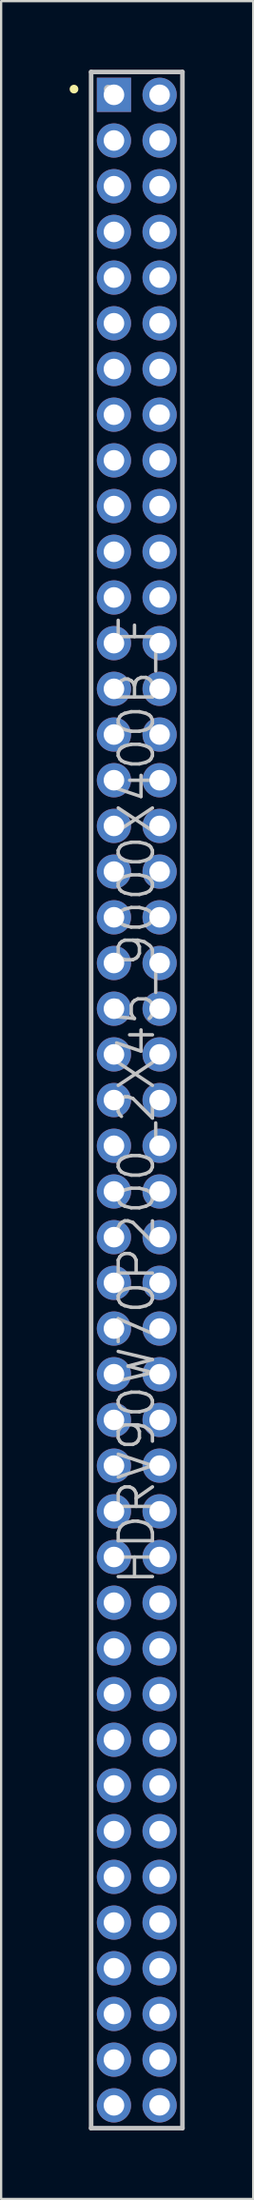
<source format=kicad_pcb>
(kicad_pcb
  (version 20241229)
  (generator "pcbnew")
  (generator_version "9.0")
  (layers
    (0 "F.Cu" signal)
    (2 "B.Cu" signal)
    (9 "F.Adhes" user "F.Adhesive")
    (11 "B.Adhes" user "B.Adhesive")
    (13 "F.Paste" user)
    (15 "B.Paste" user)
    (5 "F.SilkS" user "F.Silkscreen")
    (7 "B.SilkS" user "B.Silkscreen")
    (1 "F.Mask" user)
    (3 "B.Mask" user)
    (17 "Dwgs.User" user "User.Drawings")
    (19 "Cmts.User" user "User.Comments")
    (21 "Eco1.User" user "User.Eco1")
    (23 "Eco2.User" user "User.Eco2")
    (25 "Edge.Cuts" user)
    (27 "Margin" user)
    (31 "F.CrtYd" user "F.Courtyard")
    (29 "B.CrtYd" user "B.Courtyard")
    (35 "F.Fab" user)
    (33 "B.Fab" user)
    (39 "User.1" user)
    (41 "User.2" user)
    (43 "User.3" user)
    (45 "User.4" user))
  (footprint "HDRV90W70P200_2X45_9000X400B_F"
    (layer "F.Cu")
    (at 2.941 45.1)
    (property "Reference" "HDRV90W70P200_2X45_9000X400B_F" (at 0 0 90) (layer "Dwgs.User") (effects (font (size 1.5 1.5) (thickness 0.15))))
    (attr through_hole)
    (fp_line (start -2.75 -44.25) (end -2.75 -44.25) (stroke (width 0.381) (type solid)) (layer "F.SilkS"))
    (fp_line (start -2 -45) (end -2 45) (stroke (width 0.2) (type solid)) (layer "Dwgs.User"))
    (fp_line (start -2 -45) (end 2 -45) (stroke (width 0.2) (type solid)) (layer "Dwgs.User"))
    (fp_line (start -2 45) (end 2 45) (stroke (width 0.2) (type solid)) (layer "Dwgs.User"))
    (fp_line (start -1.25 -44.25) (end -1.25 -44.25) (stroke (width 0.381) (type solid)) (layer "Dwgs.User"))
    (fp_line (start 2 -45) (end 2 45) (stroke (width 0.2) (type solid)) (layer "Dwgs.User"))
    (pad "1" thru_hole rect (at -1 -44) (size 1.5 1.5) (drill 0.9) (layers "*.Cu" "*.Mask"))
    (pad "2" thru_hole circle (at 1 -44 270) (size 1.5 1.5) (drill 0.9) (layers "*.Cu" "*.Mask"))
    (pad "3" thru_hole circle (at -1 -42 270) (size 1.5 1.5) (drill 0.9) (layers "*.Cu" "*.Mask"))
    (pad "4" thru_hole circle (at 1 -42 270) (size 1.5 1.5) (drill 0.9) (layers "*.Cu" "*.Mask"))
    (pad "5" thru_hole circle (at -1 -40 270) (size 1.5 1.5) (drill 0.9) (layers "*.Cu" "*.Mask"))
    (pad "6" thru_hole circle (at 1 -40 270) (size 1.5 1.5) (drill 0.9) (layers "*.Cu" "*.Mask"))
    (pad "7" thru_hole circle (at -1 -38 270) (size 1.5 1.5) (drill 0.9) (layers "*.Cu" "*.Mask"))
    (pad "8" thru_hole circle (at 1 -38 270) (size 1.5 1.5) (drill 0.9) (layers "*.Cu" "*.Mask"))
    (pad "9" thru_hole circle (at -1 -36 270) (size 1.5 1.5) (drill 0.9) (layers "*.Cu" "*.Mask"))
    (pad "10" thru_hole circle (at 1 -36 270) (size 1.5 1.5) (drill 0.9) (layers "*.Cu" "*.Mask"))
    (pad "11" thru_hole circle (at -1 -34 270) (size 1.5 1.5) (drill 0.9) (layers "*.Cu" "*.Mask"))
    (pad "12" thru_hole circle (at 1 -34 270) (size 1.5 1.5) (drill 0.9) (layers "*.Cu" "*.Mask"))
    (pad "13" thru_hole circle (at -1 -32 270) (size 1.5 1.5) (drill 0.9) (layers "*.Cu" "*.Mask"))
    (pad "14" thru_hole circle (at 1 -32 270) (size 1.5 1.5) (drill 0.9) (layers "*.Cu" "*.Mask"))
    (pad "15" thru_hole circle (at -1 -30 270) (size 1.5 1.5) (drill 0.9) (layers "*.Cu" "*.Mask"))
    (pad "16" thru_hole circle (at 1 -30 270) (size 1.5 1.5) (drill 0.9) (layers "*.Cu" "*.Mask"))
    (pad "17" thru_hole circle (at -1 -28 270) (size 1.5 1.5) (drill 0.9) (layers "*.Cu" "*.Mask"))
    (pad "18" thru_hole circle (at 1 -28 270) (size 1.5 1.5) (drill 0.9) (layers "*.Cu" "*.Mask"))
    (pad "19" thru_hole circle (at -1 -26 270) (size 1.5 1.5) (drill 0.9) (layers "*.Cu" "*.Mask"))
    (pad "20" thru_hole circle (at 1 -26 270) (size 1.5 1.5) (drill 0.9) (layers "*.Cu" "*.Mask"))
    (pad "21" thru_hole circle (at -1 -24 270) (size 1.5 1.5) (drill 0.9) (layers "*.Cu" "*.Mask"))
    (pad "22" thru_hole circle (at 1 -24 270) (size 1.5 1.5) (drill 0.9) (layers "*.Cu" "*.Mask"))
    (pad "23" thru_hole circle (at -1 -22 270) (size 1.5 1.5) (drill 0.9) (layers "*.Cu" "*.Mask"))
    (pad "24" thru_hole circle (at 1 -22 270) (size 1.5 1.5) (drill 0.9) (layers "*.Cu" "*.Mask"))
    (pad "25" thru_hole circle (at -1 -20 270) (size 1.5 1.5) (drill 0.9) (layers "*.Cu" "*.Mask"))
    (pad "26" thru_hole circle (at 1 -20 270) (size 1.5 1.5) (drill 0.9) (layers "*.Cu" "*.Mask"))
    (pad "27" thru_hole circle (at -1 -18 270) (size 1.5 1.5) (drill 0.9) (layers "*.Cu" "*.Mask"))
    (pad "28" thru_hole circle (at 1 -18 270) (size 1.5 1.5) (drill 0.9) (layers "*.Cu" "*.Mask"))
    (pad "29" thru_hole circle (at -1 -16 270) (size 1.5 1.5) (drill 0.9) (layers "*.Cu" "*.Mask"))
    (pad "30" thru_hole circle (at 1 -16 270) (size 1.5 1.5) (drill 0.9) (layers "*.Cu" "*.Mask"))
    (pad "31" thru_hole circle (at -1 -14 270) (size 1.5 1.5) (drill 0.9) (layers "*.Cu" "*.Mask"))
    (pad "32" thru_hole circle (at 1 -14 270) (size 1.5 1.5) (drill 0.9) (layers "*.Cu" "*.Mask"))
    (pad "33" thru_hole circle (at -1 -12 270) (size 1.5 1.5) (drill 0.9) (layers "*.Cu" "*.Mask"))
    (pad "34" thru_hole circle (at 1 -12 270) (size 1.5 1.5) (drill 0.9) (layers "*.Cu" "*.Mask"))
    (pad "35" thru_hole circle (at -1 -10 270) (size 1.5 1.5) (drill 0.9) (layers "*.Cu" "*.Mask"))
    (pad "36" thru_hole circle (at 1 -10 270) (size 1.5 1.5) (drill 0.9) (layers "*.Cu" "*.Mask"))
    (pad "37" thru_hole circle (at -1 -8 270) (size 1.5 1.5) (drill 0.9) (layers "*.Cu" "*.Mask"))
    (pad "38" thru_hole circle (at 1 -8 270) (size 1.5 1.5) (drill 0.9) (layers "*.Cu" "*.Mask"))
    (pad "39" thru_hole circle (at -1 -6 270) (size 1.5 1.5) (drill 0.9) (layers "*.Cu" "*.Mask"))
    (pad "40" thru_hole circle (at 1 -6 270) (size 1.5 1.5) (drill 0.9) (layers "*.Cu" "*.Mask"))
    (pad "41" thru_hole circle (at -1 -4 270) (size 1.5 1.5) (drill 0.9) (layers "*.Cu" "*.Mask"))
    (pad "42" thru_hole circle (at 1 -4 270) (size 1.5 1.5) (drill 0.9) (layers "*.Cu" "*.Mask"))
    (pad "43" thru_hole circle (at -1 -2 270) (size 1.5 1.5) (drill 0.9) (layers "*.Cu" "*.Mask"))
    (pad "44" thru_hole circle (at 1 -2 270) (size 1.5 1.5) (drill 0.9) (layers "*.Cu" "*.Mask"))
    (pad "45" thru_hole circle (at -1 0 270) (size 1.5 1.5) (drill 0.9) (layers "*.Cu" "*.Mask"))
    (pad "46" thru_hole circle (at 1 0 270) (size 1.5 1.5) (drill 0.9) (layers "*.Cu" "*.Mask"))
    (pad "47" thru_hole circle (at -1 2 270) (size 1.5 1.5) (drill 0.9) (layers "*.Cu" "*.Mask"))
    (pad "48" thru_hole circle (at 1 2 270) (size 1.5 1.5) (drill 0.9) (layers "*.Cu" "*.Mask"))
    (pad "49" thru_hole circle (at -1 4 270) (size 1.5 1.5) (drill 0.9) (layers "*.Cu" "*.Mask"))
    (pad "50" thru_hole circle (at 1 4 270) (size 1.5 1.5) (drill 0.9) (layers "*.Cu" "*.Mask"))
    (pad "51" thru_hole circle (at -1 6 270) (size 1.5 1.5) (drill 0.9) (layers "*.Cu" "*.Mask"))
    (pad "52" thru_hole circle (at 1 6 270) (size 1.5 1.5) (drill 0.9) (layers "*.Cu" "*.Mask"))
    (pad "53" thru_hole circle (at -1 8 270) (size 1.5 1.5) (drill 0.9) (layers "*.Cu" "*.Mask"))
    (pad "54" thru_hole circle (at 1 8 270) (size 1.5 1.5) (drill 0.9) (layers "*.Cu" "*.Mask"))
    (pad "55" thru_hole circle (at -1 10 270) (size 1.5 1.5) (drill 0.9) (layers "*.Cu" "*.Mask"))
    (pad "56" thru_hole circle (at 1 10 270) (size 1.5 1.5) (drill 0.9) (layers "*.Cu" "*.Mask"))
    (pad "57" thru_hole circle (at -1 12 270) (size 1.5 1.5) (drill 0.9) (layers "*.Cu" "*.Mask"))
    (pad "58" thru_hole circle (at 1 12 270) (size 1.5 1.5) (drill 0.9) (layers "*.Cu" "*.Mask"))
    (pad "59" thru_hole circle (at -1 14 270) (size 1.5 1.5) (drill 0.9) (layers "*.Cu" "*.Mask"))
    (pad "60" thru_hole circle (at 1 14 270) (size 1.5 1.5) (drill 0.9) (layers "*.Cu" "*.Mask"))
    (pad "61" thru_hole circle (at -1 16 270) (size 1.5 1.5) (drill 0.9) (layers "*.Cu" "*.Mask"))
    (pad "62" thru_hole circle (at 1 16 270) (size 1.5 1.5) (drill 0.9) (layers "*.Cu" "*.Mask"))
    (pad "63" thru_hole circle (at -1 18 270) (size 1.5 1.5) (drill 0.9) (layers "*.Cu" "*.Mask"))
    (pad "64" thru_hole circle (at 1 18 270) (size 1.5 1.5) (drill 0.9) (layers "*.Cu" "*.Mask"))
    (pad "65" thru_hole circle (at -1 20 270) (size 1.5 1.5) (drill 0.9) (layers "*.Cu" "*.Mask"))
    (pad "66" thru_hole circle (at 1 20 270) (size 1.5 1.5) (drill 0.9) (layers "*.Cu" "*.Mask"))
    (pad "67" thru_hole circle (at -1 22 270) (size 1.5 1.5) (drill 0.9) (layers "*.Cu" "*.Mask"))
    (pad "68" thru_hole circle (at 1 22 270) (size 1.5 1.5) (drill 0.9) (layers "*.Cu" "*.Mask"))
    (pad "69" thru_hole circle (at -1 24 270) (size 1.5 1.5) (drill 0.9) (layers "*.Cu" "*.Mask"))
    (pad "70" thru_hole circle (at 1 24 270) (size 1.5 1.5) (drill 0.9) (layers "*.Cu" "*.Mask"))
    (pad "71" thru_hole circle (at -1 26 270) (size 1.5 1.5) (drill 0.9) (layers "*.Cu" "*.Mask"))
    (pad "72" thru_hole circle (at 1 26 270) (size 1.5 1.5) (drill 0.9) (layers "*.Cu" "*.Mask"))
    (pad "73" thru_hole circle (at -1 28 270) (size 1.5 1.5) (drill 0.9) (layers "*.Cu" "*.Mask"))
    (pad "74" thru_hole circle (at 1 28 270) (size 1.5 1.5) (drill 0.9) (layers "*.Cu" "*.Mask"))
    (pad "75" thru_hole circle (at -1 30 270) (size 1.5 1.5) (drill 0.9) (layers "*.Cu" "*.Mask"))
    (pad "76" thru_hole circle (at 1 30 270) (size 1.5 1.5) (drill 0.9) (layers "*.Cu" "*.Mask"))
    (pad "77" thru_hole circle (at -1 32 270) (size 1.5 1.5) (drill 0.9) (layers "*.Cu" "*.Mask"))
    (pad "78" thru_hole circle (at 1 32 270) (size 1.5 1.5) (drill 0.9) (layers "*.Cu" "*.Mask"))
    (pad "79" thru_hole circle (at -1 34 270) (size 1.5 1.5) (drill 0.9) (layers "*.Cu" "*.Mask"))
    (pad "80" thru_hole circle (at 1 34 270) (size 1.5 1.5) (drill 0.9) (layers "*.Cu" "*.Mask"))
    (pad "81" thru_hole circle (at -1 36 270) (size 1.5 1.5) (drill 0.9) (layers "*.Cu" "*.Mask"))
    (pad "82" thru_hole circle (at 1 36 270) (size 1.5 1.5) (drill 0.9) (layers "*.Cu" "*.Mask"))
    (pad "83" thru_hole circle (at -1 38 270) (size 1.5 1.5) (drill 0.9) (layers "*.Cu" "*.Mask"))
    (pad "84" thru_hole circle (at 1 38 270) (size 1.5 1.5) (drill 0.9) (layers "*.Cu" "*.Mask"))
    (pad "85" thru_hole circle (at -1 40 270) (size 1.5 1.5) (drill 0.9) (layers "*.Cu" "*.Mask"))
    (pad "86" thru_hole circle (at 1 40 270) (size 1.5 1.5) (drill 0.9) (layers "*.Cu" "*.Mask"))
    (pad "87" thru_hole circle (at -1 42 270) (size 1.5 1.5) (drill 0.9) (layers "*.Cu" "*.Mask"))
    (pad "88" thru_hole circle (at 1 42 270) (size 1.5 1.5) (drill 0.9) (layers "*.Cu" "*.Mask"))
    (pad "89" thru_hole circle (at -1 44 270) (size 1.5 1.5) (drill 0.9) (layers "*.Cu" "*.Mask"))
    (pad "90" thru_hole circle (at 1 44 270) (size 1.5 1.5) (drill 0.9) (layers "*.Cu" "*.Mask")))
  (gr_rect
    (start -3 -3)
    (end 8.04 93.2)
    (stroke (width 0.1) (type default))
    (fill no)
    (layer "Edge.Cuts")))
</source>
